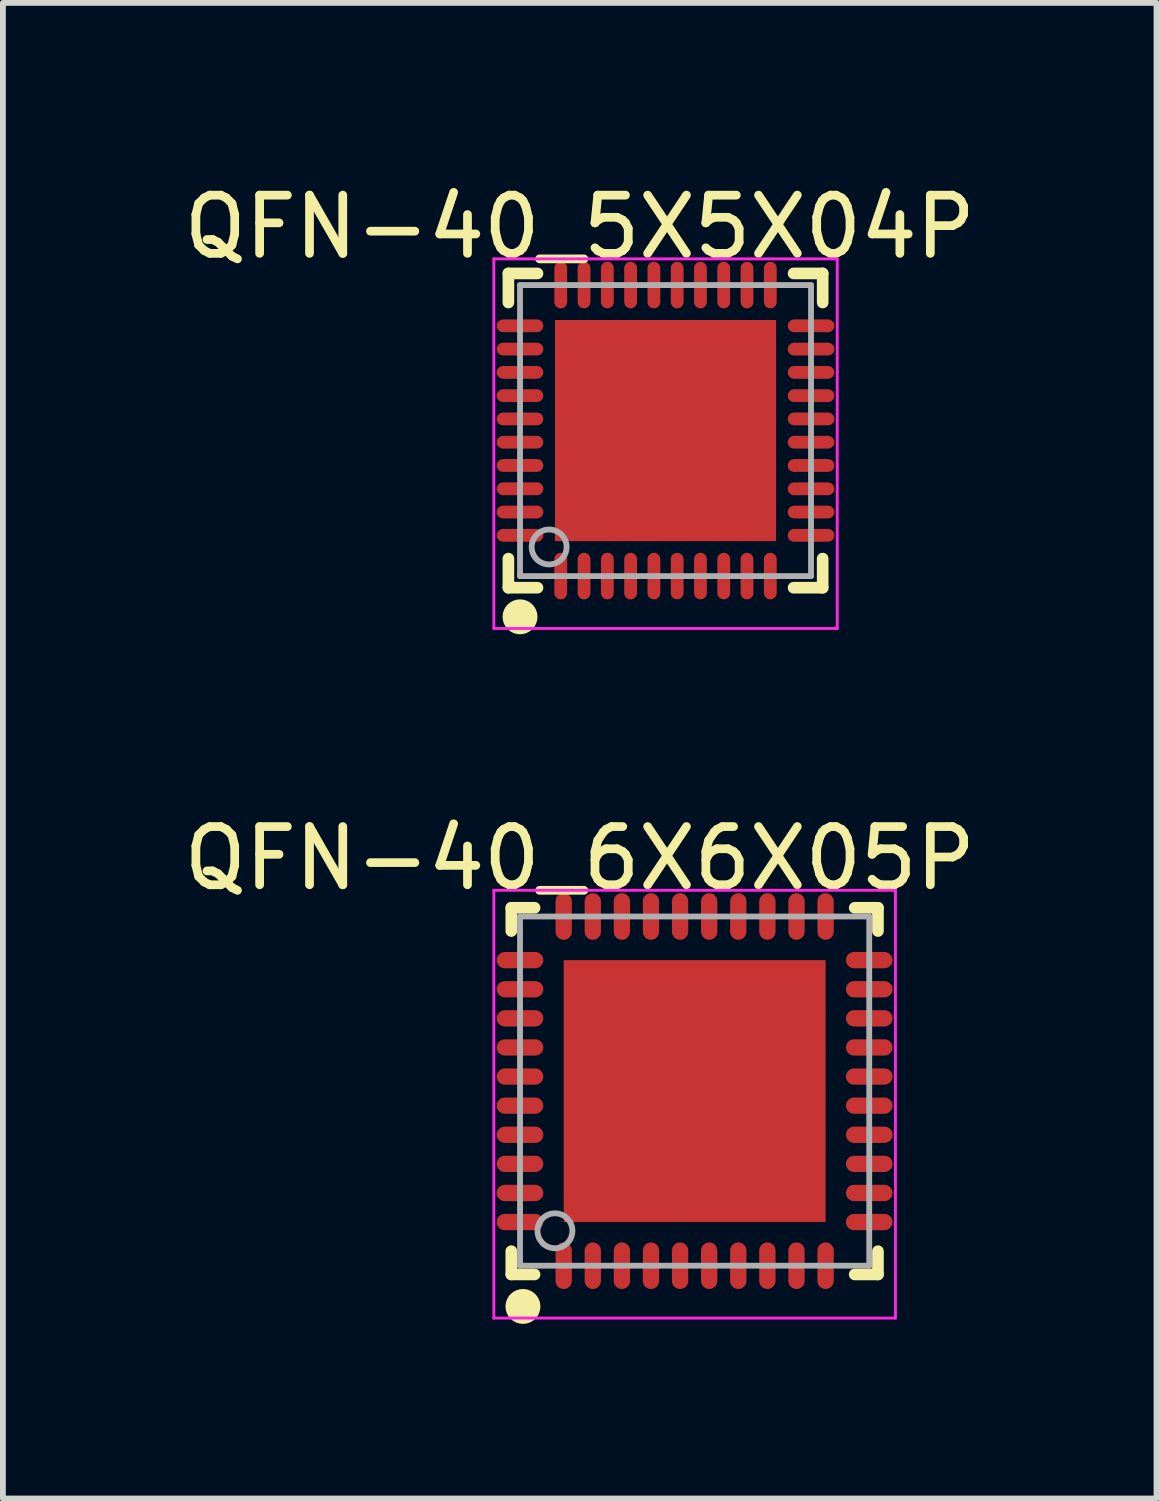
<source format=kicad_pcb>
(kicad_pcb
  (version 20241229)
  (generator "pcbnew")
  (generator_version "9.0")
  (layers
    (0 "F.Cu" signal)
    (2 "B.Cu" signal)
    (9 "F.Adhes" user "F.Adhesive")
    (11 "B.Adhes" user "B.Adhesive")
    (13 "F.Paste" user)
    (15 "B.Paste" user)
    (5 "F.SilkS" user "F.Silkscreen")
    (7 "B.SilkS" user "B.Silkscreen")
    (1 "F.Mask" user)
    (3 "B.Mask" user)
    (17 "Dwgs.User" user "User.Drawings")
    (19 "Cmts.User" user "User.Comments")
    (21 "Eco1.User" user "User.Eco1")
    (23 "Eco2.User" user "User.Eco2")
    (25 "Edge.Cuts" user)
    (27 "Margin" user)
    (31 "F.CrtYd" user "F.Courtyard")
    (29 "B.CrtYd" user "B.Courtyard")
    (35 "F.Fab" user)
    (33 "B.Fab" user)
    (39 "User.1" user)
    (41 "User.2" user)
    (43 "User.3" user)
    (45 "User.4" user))
  (footprint "QFN-40_5X5X04P"
    (layer "F.Cu")
    (at 8.385 4.348)
    (property "Reference" "QFN-40_5X5X04P" (at -1.474 -3.5 0) (layer "F.SilkS") (effects (font (size 1 1) (thickness 0.15))))
    (attr through_hole)
    (fp_line (start -2.7 -2.7) (end -2.2 -2.7) (stroke (width 0.2) (type solid)) (layer "F.SilkS"))
    (fp_line (start -2.7 -2.2) (end -2.7 -2.7) (stroke (width 0.2) (type solid)) (layer "F.SilkS"))
    (fp_line (start -2.7 2.7) (end -2.7 2.2) (stroke (width 0.2) (type solid)) (layer "F.SilkS"))
    (fp_line (start -2.7 2.7) (end -2.2 2.7) (stroke (width 0.2) (type solid)) (layer "F.SilkS"))
    (fp_line (start 2.2 -2.7) (end 2.7 -2.7) (stroke (width 0.2) (type solid)) (layer "F.SilkS"))
    (fp_line (start 2.2 2.7) (end 2.7 2.7) (stroke (width 0.2) (type solid)) (layer "F.SilkS"))
    (fp_line (start 2.7 -2.2) (end 2.7 -2.7) (stroke (width 0.2) (type solid)) (layer "F.SilkS"))
    (fp_line (start 2.7 2.7) (end 2.7 2.2) (stroke (width 0.2) (type solid)) (layer "F.SilkS"))
    (fp_circle (center -2.5 3.2) (end -2.35 3.2) (stroke (width 0.3) (type solid)) (fill no) (layer "F.SilkS"))
    (fp_poly (pts (xy -1.5 -0.5) (xy -1 -0.5) (xy -1 -1) (xy -1.5 -1)) (stroke (width 0.15) (type solid)) (fill yes) (layer "F.Paste"))
    (fp_poly (pts (xy -1.5 0.3) (xy -1 0.3) (xy -1 -0.2) (xy -1.5 -0.2)) (stroke (width 0.15) (type solid)) (fill yes) (layer "F.Paste"))
    (fp_poly (pts (xy -1.5 1.1) (xy -1 1.1) (xy -1 0.6) (xy -1.5 0.6)) (stroke (width 0.15) (type solid)) (fill yes) (layer "F.Paste"))
    (fp_poly (pts (xy -0.7 -0.5) (xy -0.2 -0.5) (xy -0.2 -1) (xy -0.7 -1)) (stroke (width 0.15) (type solid)) (fill yes) (layer "F.Paste"))
    (fp_poly (pts (xy -0.7 0.3) (xy -0.2 0.3) (xy -0.2 -0.2) (xy -0.7 -0.2)) (stroke (width 0.15) (type solid)) (fill yes) (layer "F.Paste"))
    (fp_poly (pts (xy -0.7 1.1) (xy -0.2 1.1) (xy -0.2 0.6) (xy -0.7 0.6)) (stroke (width 0.15) (type solid)) (fill yes) (layer "F.Paste"))
    (fp_poly (pts (xy 0.1 -0.5) (xy 0.6 -0.5) (xy 0.6 -1) (xy 0.1 -1)) (stroke (width 0.15) (type solid)) (fill yes) (layer "F.Paste"))
    (fp_poly (pts (xy 0.1 0.3) (xy 0.6 0.3) (xy 0.6 -0.2) (xy 0.1 -0.2)) (stroke (width 0.15) (type solid)) (fill yes) (layer "F.Paste"))
    (fp_poly (pts (xy 0.1 1.1) (xy 0.6 1.1) (xy 0.6 0.6) (xy 0.1 0.6)) (stroke (width 0.15) (type solid)) (fill yes) (layer "F.Paste"))
    (fp_line (start -2.95 -2.95) (end 2.95 -2.95) (stroke (width 0.05) (type solid)) (layer "F.CrtYd"))
    (fp_line (start -2.95 3.4) (end -2.95 -2.95) (stroke (width 0.05) (type solid)) (layer "F.CrtYd"))
    (fp_line (start 2.95 -2.95) (end 2.95 3.4) (stroke (width 0.05) (type solid)) (layer "F.CrtYd"))
    (fp_line (start 2.95 3.4) (end -2.95 3.4) (stroke (width 0.05) (type solid)) (layer "F.CrtYd"))
    (fp_line (start -2.5 -2.5) (end 2.5 -2.5) (stroke (width 0.1) (type solid)) (layer "F.Fab"))
    (fp_line (start -2.5 2.5) (end -2.5 -2.5) (stroke (width 0.1) (type solid)) (layer "F.Fab"))
    (fp_line (start -2.5 2.5) (end 2.5 2.5) (stroke (width 0.1) (type solid)) (layer "F.Fab"))
    (fp_line (start 2.5 2.5) (end 2.5 -2.5) (stroke (width 0.1) (type solid)) (layer "F.Fab"))
    (fp_circle (center -2 2) (end -1.7 2) (stroke (width 0.1) (type solid)) (fill no) (layer "F.Fab"))
    (pad "0" smd rect (at 0 0 90) (size 3.8 3.8) (layers "F.Cu" "F.Mask" "F.Paste"))
    (pad "1" smd oval (at -1.8 2.5 180) (size 0.22 0.8) (layers "F.Cu" "F.Mask" "F.Paste"))
    (pad "2" smd oval (at -1.4 2.5 180) (size 0.22 0.8) (layers "F.Cu" "F.Mask" "F.Paste"))
    (pad "3" smd oval (at -1 2.5 180) (size 0.22 0.8) (layers "F.Cu" "F.Mask" "F.Paste"))
    (pad "4" smd oval (at -0.6 2.5 180) (size 0.22 0.8) (layers "F.Cu" "F.Mask" "F.Paste"))
    (pad "5" smd oval (at -0.2 2.5 180) (size 0.22 0.8) (layers "F.Cu" "F.Mask" "F.Paste"))
    (pad "6" smd oval (at 0.2 2.5 180) (size 0.22 0.8) (layers "F.Cu" "F.Mask" "F.Paste"))
    (pad "7" smd oval (at 0.6 2.5 180) (size 0.22 0.8) (layers "F.Cu" "F.Mask" "F.Paste"))
    (pad "8" smd oval (at 1 2.5 180) (size 0.22 0.8) (layers "F.Cu" "F.Mask" "F.Paste"))
    (pad "9" smd oval (at 1.4 2.5 180) (size 0.22 0.8) (layers "F.Cu" "F.Mask" "F.Paste"))
    (pad "10" smd oval (at 1.8 2.5 180) (size 0.22 0.8) (layers "F.Cu" "F.Mask" "F.Paste"))
    (pad "11" smd oval (at 2.5 1.8 270) (size 0.22 0.8) (layers "F.Cu" "F.Mask" "F.Paste"))
    (pad "12" smd oval (at 2.5 1.4 270) (size 0.22 0.8) (layers "F.Cu" "F.Mask" "F.Paste"))
    (pad "13" smd oval (at 2.5 1 270) (size 0.22 0.8) (layers "F.Cu" "F.Mask" "F.Paste"))
    (pad "14" smd oval (at 2.5 0.6 270) (size 0.22 0.8) (layers "F.Cu" "F.Mask" "F.Paste"))
    (pad "15" smd oval (at 2.5 0.2 270) (size 0.22 0.8) (layers "F.Cu" "F.Mask" "F.Paste"))
    (pad "16" smd oval (at 2.5 -0.2 270) (size 0.22 0.8) (layers "F.Cu" "F.Mask" "F.Paste"))
    (pad "17" smd oval (at 2.5 -0.6 270) (size 0.22 0.8) (layers "F.Cu" "F.Mask" "F.Paste"))
    (pad "18" smd oval (at 2.5 -1 270) (size 0.22 0.8) (layers "F.Cu" "F.Mask" "F.Paste"))
    (pad "19" smd oval (at 2.5 -1.4 270) (size 0.22 0.8) (layers "F.Cu" "F.Mask" "F.Paste"))
    (pad "20" smd oval (at 2.5 -1.8 270) (size 0.22 0.8) (layers "F.Cu" "F.Mask" "F.Paste"))
    (pad "21" smd oval (at 1.8 -2.5) (size 0.22 0.8) (layers "F.Cu" "F.Mask" "F.Paste"))
    (pad "22" smd oval (at 1.4 -2.5) (size 0.22 0.8) (layers "F.Cu" "F.Mask" "F.Paste"))
    (pad "23" smd oval (at 1 -2.5) (size 0.22 0.8) (layers "F.Cu" "F.Mask" "F.Paste"))
    (pad "24" smd oval (at 0.6 -2.5) (size 0.22 0.8) (layers "F.Cu" "F.Mask" "F.Paste"))
    (pad "25" smd oval (at 0.2 -2.5) (size 0.22 0.8) (layers "F.Cu" "F.Mask" "F.Paste"))
    (pad "26" smd oval (at -0.2 -2.5) (size 0.22 0.8) (layers "F.Cu" "F.Mask" "F.Paste"))
    (pad "27" smd oval (at -0.6 -2.5) (size 0.22 0.8) (layers "F.Cu" "F.Mask" "F.Paste"))
    (pad "28" smd oval (at -1 -2.5) (size 0.22 0.8) (layers "F.Cu" "F.Mask" "F.Paste"))
    (pad "29" smd oval (at -1.4 -2.5) (size 0.22 0.8) (layers "F.Cu" "F.Mask" "F.Paste"))
    (pad "30" smd oval (at -1.8 -2.5) (size 0.22 0.8) (layers "F.Cu" "F.Mask" "F.Paste"))
    (pad "31" smd oval (at -2.5 -1.8 90) (size 0.22 0.8) (layers "F.Cu" "F.Mask" "F.Paste"))
    (pad "32" smd oval (at -2.5 -1.4 90) (size 0.22 0.8) (layers "F.Cu" "F.Mask" "F.Paste"))
    (pad "33" smd oval (at -2.5 -1 90) (size 0.22 0.8) (layers "F.Cu" "F.Mask" "F.Paste"))
    (pad "34" smd oval (at -2.5 -0.6 90) (size 0.22 0.8) (layers "F.Cu" "F.Mask" "F.Paste"))
    (pad "35" smd oval (at -2.5 -0.2 90) (size 0.22 0.8) (layers "F.Cu" "F.Mask" "F.Paste"))
    (pad "36" smd oval (at -2.5 0.2 90) (size 0.22 0.8) (layers "F.Cu" "F.Mask" "F.Paste"))
    (pad "37" smd oval (at -2.5 0.6 90) (size 0.22 0.8) (layers "F.Cu" "F.Mask" "F.Paste"))
    (pad "38" smd oval (at -2.5 1 90) (size 0.22 0.8) (layers "F.Cu" "F.Mask" "F.Paste"))
    (pad "39" smd oval (at -2.5 1.4 90) (size 0.22 0.8) (layers "F.Cu" "F.Mask" "F.Paste"))
    (pad "40" smd oval (at -2.5 1.8 90) (size 0.22 0.8) (layers "F.Cu" "F.Mask" "F.Paste")))
  (footprint "QFN-40_6X6X05P"
    (layer "F.Cu")
    (at 8.885 15.697)
    (property "Reference" "QFN-40_6X6X05P" (at -1.974 -4 0) (layer "F.SilkS") (effects (font (size 1 1) (thickness 0.15))))
    (attr through_hole)
    (fp_line (start -3.15 -3.15) (end -2.75 -3.15) (stroke (width 0.2) (type solid)) (layer "F.SilkS"))
    (fp_line (start -3.15 -2.75) (end -3.15 -3.15) (stroke (width 0.2) (type solid)) (layer "F.SilkS"))
    (fp_line (start -3.15 3.15) (end -3.15 2.75) (stroke (width 0.2) (type solid)) (layer "F.SilkS"))
    (fp_line (start -3.15 3.15) (end -2.75 3.15) (stroke (width 0.2) (type solid)) (layer "F.SilkS"))
    (fp_line (start 2.75 -3.15) (end 3.15 -3.15) (stroke (width 0.2) (type solid)) (layer "F.SilkS"))
    (fp_line (start 2.75 3.15) (end 3.15 3.15) (stroke (width 0.2) (type solid)) (layer "F.SilkS"))
    (fp_line (start 3.15 -2.75) (end 3.15 -3.15) (stroke (width 0.2) (type solid)) (layer "F.SilkS"))
    (fp_line (start 3.15 3.15) (end 3.15 2.75) (stroke (width 0.2) (type solid)) (layer "F.SilkS"))
    (fp_circle (center -2.95 3.7) (end -2.8 3.7) (stroke (width 0.3) (type solid)) (fill no) (layer "F.SilkS"))
    (fp_line (start -3.45 -3.45) (end 3.45 -3.45) (stroke (width 0.05) (type solid)) (layer "F.CrtYd"))
    (fp_line (start -3.45 3.9) (end -3.45 -3.45) (stroke (width 0.05) (type solid)) (layer "F.CrtYd"))
    (fp_line (start 3.45 -3.45) (end 3.45 3.9) (stroke (width 0.05) (type solid)) (layer "F.CrtYd"))
    (fp_line (start 3.45 3.9) (end -3.45 3.9) (stroke (width 0.05) (type solid)) (layer "F.CrtYd"))
    (fp_line (start -3 -3) (end 3 -3) (stroke (width 0.1) (type solid)) (layer "F.Fab"))
    (fp_line (start -3 3) (end -3 -3) (stroke (width 0.1) (type solid)) (layer "F.Fab"))
    (fp_line (start -3 3) (end 3 3) (stroke (width 0.1) (type solid)) (layer "F.Fab"))
    (fp_line (start 3 3) (end 3 -3) (stroke (width 0.1) (type solid)) (layer "F.Fab"))
    (fp_circle (center -2.4 2.4) (end -2.1 2.4) (stroke (width 0.1) (type solid)) (fill no) (layer "F.Fab"))
    (pad "0" smd rect (at 0 0 90) (size 4.5 4.5) (layers "F.Cu" "F.Mask" "F.Paste"))
    (pad "1" smd oval (at -2.25 3 180) (size 0.28 0.8) (layers "F.Cu" "F.Mask" "F.Paste"))
    (pad "2" smd oval (at -1.75 3 180) (size 0.28 0.8) (layers "F.Cu" "F.Mask" "F.Paste"))
    (pad "3" smd oval (at -1.25 3 180) (size 0.28 0.8) (layers "F.Cu" "F.Mask" "F.Paste"))
    (pad "4" smd oval (at -0.75 3 180) (size 0.28 0.8) (layers "F.Cu" "F.Mask" "F.Paste"))
    (pad "5" smd oval (at -0.25 3 180) (size 0.28 0.8) (layers "F.Cu" "F.Mask" "F.Paste"))
    (pad "6" smd oval (at 0.25 3 180) (size 0.28 0.8) (layers "F.Cu" "F.Mask" "F.Paste"))
    (pad "7" smd oval (at 0.75 3 180) (size 0.28 0.8) (layers "F.Cu" "F.Mask" "F.Paste"))
    (pad "8" smd oval (at 1.25 3 180) (size 0.28 0.8) (layers "F.Cu" "F.Mask" "F.Paste"))
    (pad "9" smd oval (at 1.75 3 180) (size 0.28 0.8) (layers "F.Cu" "F.Mask" "F.Paste"))
    (pad "10" smd oval (at 2.25 3 180) (size 0.28 0.8) (layers "F.Cu" "F.Mask" "F.Paste"))
    (pad "11" smd oval (at 3 2.25 90) (size 0.28 0.8) (layers "F.Cu" "F.Mask" "F.Paste"))
    (pad "12" smd oval (at 3 1.75 90) (size 0.28 0.8) (layers "F.Cu" "F.Mask" "F.Paste"))
    (pad "13" smd oval (at 3 1.25 90) (size 0.28 0.8) (layers "F.Cu" "F.Mask" "F.Paste"))
    (pad "14" smd oval (at 3 0.75 90) (size 0.28 0.8) (layers "F.Cu" "F.Mask" "F.Paste"))
    (pad "15" smd oval (at 3 0.25 90) (size 0.28 0.8) (layers "F.Cu" "F.Mask" "F.Paste"))
    (pad "16" smd oval (at 3 -0.25 90) (size 0.28 0.8) (layers "F.Cu" "F.Mask" "F.Paste"))
    (pad "17" smd oval (at 3 -0.75 90) (size 0.28 0.8) (layers "F.Cu" "F.Mask" "F.Paste"))
    (pad "18" smd oval (at 3 -1.25 90) (size 0.28 0.8) (layers "F.Cu" "F.Mask" "F.Paste"))
    (pad "19" smd oval (at 3 -1.75 90) (size 0.28 0.8) (layers "F.Cu" "F.Mask" "F.Paste"))
    (pad "20" smd oval (at 3 -2.25 90) (size 0.28 0.8) (layers "F.Cu" "F.Mask" "F.Paste"))
    (pad "21" smd oval (at 2.25 -3 180) (size 0.28 0.8) (layers "F.Cu" "F.Mask" "F.Paste"))
    (pad "22" smd oval (at 1.75 -3 180) (size 0.28 0.8) (layers "F.Cu" "F.Mask" "F.Paste"))
    (pad "23" smd oval (at 1.25 -3 180) (size 0.28 0.8) (layers "F.Cu" "F.Mask" "F.Paste"))
    (pad "24" smd oval (at 0.75 -3 180) (size 0.28 0.8) (layers "F.Cu" "F.Mask" "F.Paste"))
    (pad "25" smd oval (at 0.25 -3 180) (size 0.28 0.8) (layers "F.Cu" "F.Mask" "F.Paste"))
    (pad "26" smd oval (at -0.25 -3 180) (size 0.28 0.8) (layers "F.Cu" "F.Mask" "F.Paste"))
    (pad "27" smd oval (at -0.75 -3 180) (size 0.28 0.8) (layers "F.Cu" "F.Mask" "F.Paste"))
    (pad "28" smd oval (at -1.25 -3 180) (size 0.28 0.8) (layers "F.Cu" "F.Mask" "F.Paste"))
    (pad "29" smd oval (at -1.75 -3 180) (size 0.28 0.8) (layers "F.Cu" "F.Mask" "F.Paste"))
    (pad "30" smd oval (at -2.25 -3 180) (size 0.28 0.8) (layers "F.Cu" "F.Mask" "F.Paste"))
    (pad "31" smd oval (at -3 -2.25 90) (size 0.28 0.8) (layers "F.Cu" "F.Mask" "F.Paste"))
    (pad "32" smd oval (at -3 -1.75 90) (size 0.28 0.8) (layers "F.Cu" "F.Mask" "F.Paste"))
    (pad "33" smd oval (at -3 -1.25 90) (size 0.28 0.8) (layers "F.Cu" "F.Mask" "F.Paste"))
    (pad "34" smd oval (at -3 -0.75 90) (size 0.28 0.8) (layers "F.Cu" "F.Mask" "F.Paste"))
    (pad "35" smd oval (at -3 -0.25 90) (size 0.28 0.8) (layers "F.Cu" "F.Mask" "F.Paste"))
    (pad "36" smd oval (at -3 0.25 90) (size 0.28 0.8) (layers "F.Cu" "F.Mask" "F.Paste"))
    (pad "37" smd oval (at -3 0.75 90) (size 0.28 0.8) (layers "F.Cu" "F.Mask" "F.Paste"))
    (pad "38" smd oval (at -3 1.25 90) (size 0.28 0.8) (layers "F.Cu" "F.Mask" "F.Paste"))
    (pad "39" smd oval (at -3 1.75 90) (size 0.28 0.8) (layers "F.Cu" "F.Mask" "F.Paste"))
    (pad "40" smd oval (at -3 2.25 90) (size 0.28 0.8) (layers "F.Cu" "F.Mask" "F.Paste")))
  (gr_rect
    (start -3 -3)
    (end 16.821 22.697)
    (stroke (width 0.1) (type default))
    (fill no)
    (layer "Edge.Cuts")))
</source>
